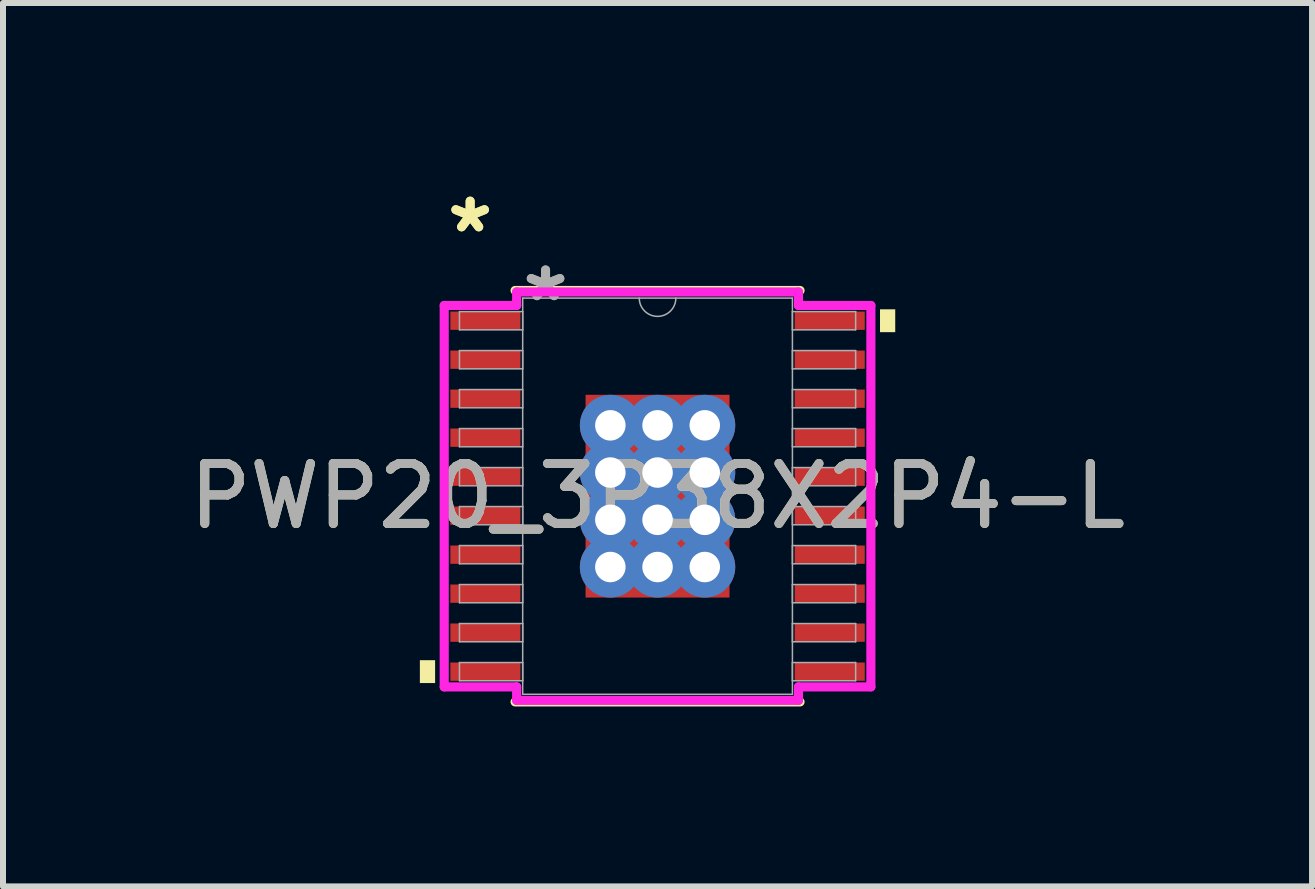
<source format=kicad_pcb>
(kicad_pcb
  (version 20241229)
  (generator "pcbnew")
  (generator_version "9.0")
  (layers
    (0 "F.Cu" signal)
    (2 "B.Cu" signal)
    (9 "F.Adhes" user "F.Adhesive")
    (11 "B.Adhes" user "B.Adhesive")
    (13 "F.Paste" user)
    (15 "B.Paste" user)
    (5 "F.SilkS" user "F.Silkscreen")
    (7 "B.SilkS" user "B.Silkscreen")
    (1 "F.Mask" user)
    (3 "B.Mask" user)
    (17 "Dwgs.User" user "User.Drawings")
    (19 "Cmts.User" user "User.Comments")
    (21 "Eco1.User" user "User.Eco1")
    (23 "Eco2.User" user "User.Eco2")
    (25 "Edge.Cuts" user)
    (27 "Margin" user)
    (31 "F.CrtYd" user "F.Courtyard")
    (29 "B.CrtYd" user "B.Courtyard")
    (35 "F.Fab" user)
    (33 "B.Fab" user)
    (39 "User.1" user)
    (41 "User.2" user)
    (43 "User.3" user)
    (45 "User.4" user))
  (footprint "PWP20_3P38X2P4-L"
    (layer "F.Cu")
    (at 7.911 5.221)
    (property "Reference" "PWP20_3P38X2P4-L" (at 0 0 0) (unlocked yes) (layer "F.SilkS") (effects (font (size 1 1) (thickness 0.15))))
    (attr smd)
    (fp_poly (pts (xy -1.264 -1.754) (xy -0.987 -1.754) (xy -0.987 1.754) (xy -1.264 1.754)) (stroke (width 0) (type solid)) (fill yes) (layer "F.Mask"))
    (fp_poly (pts (xy -1.264 -1.754) (xy 1.264 -1.754) (xy 1.264 -1.381) (xy -1.264 -1.381)) (stroke (width 0) (type solid)) (fill yes) (layer "F.Mask"))
    (fp_poly (pts (xy -1.264 -0.981) (xy 1.264 -0.981) (xy 1.264 -0.594) (xy -1.264 -0.594)) (stroke (width 0) (type solid)) (fill yes) (layer "F.Mask"))
    (fp_poly (pts (xy -1.264 -0.194) (xy 1.264 -0.194) (xy 1.264 0.194) (xy -1.264 0.194)) (stroke (width 0) (type solid)) (fill yes) (layer "F.Mask"))
    (fp_poly (pts (xy -1.264 0.594) (xy 1.264 0.594) (xy 1.264 0.981) (xy -1.264 0.981)) (stroke (width 0) (type solid)) (fill yes) (layer "F.Mask"))
    (fp_poly (pts (xy -1.264 1.381) (xy 1.264 1.381) (xy 1.264 1.754) (xy -1.264 1.754)) (stroke (width 0) (type solid)) (fill yes) (layer "F.Mask"))
    (fp_poly (pts (xy -0.2 -1.754) (xy -0.587 -1.754) (xy -0.587 1.754) (xy -0.2 1.754)) (stroke (width 0) (type solid)) (fill yes) (layer "F.Mask"))
    (fp_poly (pts (xy 0.587 -1.754) (xy 0.2 -1.754) (xy 0.2 1.754) (xy 0.587 1.754)) (stroke (width 0) (type solid)) (fill yes) (layer "F.Mask"))
    (fp_poly (pts (xy 0.987 -1.754) (xy 1.264 -1.754) (xy 1.264 1.754) (xy 0.987 1.754)) (stroke (width 0) (type solid)) (fill yes) (layer "F.Mask"))
    (fp_line (start -2.375 3.429) (end 2.375 3.429) (stroke (width 0.152) (type solid)) (layer "F.SilkS"))
    (fp_line (start 2.375 -3.429) (end -2.375 -3.429) (stroke (width 0.152) (type solid)) (layer "F.SilkS"))
    (fp_poly (pts (xy -3.962 2.734) (xy -3.962 3.115) (xy -3.708 3.115) (xy -3.708 2.734)) (stroke (width 0) (type solid)) (fill yes) (layer "F.SilkS"))
    (fp_poly (pts (xy 3.962 -3.115) (xy 3.962 -2.734) (xy 3.708 -2.734) (xy 3.708 -3.115)) (stroke (width 0) (type solid)) (fill yes) (layer "F.SilkS"))
    (fp_poly (pts (xy -1.125 -1.615) (xy -1.125 -1.281) (xy -1.029 -1.281) (xy -0.887 -1.423) (xy -0.887 -1.615)) (stroke (width 0) (type solid)) (fill yes) (layer "F.Paste"))
    (fp_poly (pts (xy -1.125 1.281) (xy -1.125 1.615) (xy -0.887 1.615) (xy -0.887 1.423) (xy -1.029 1.281)) (stroke (width 0) (type solid)) (fill yes) (layer "F.Paste"))
    (fp_poly (pts (xy 0.887 -1.615) (xy 0.887 -1.423) (xy 1.029 -1.281) (xy 1.125 -1.281) (xy 1.125 -1.615)) (stroke (width 0) (type solid)) (fill yes) (layer "F.Paste"))
    (fp_poly (pts (xy 1.029 1.281) (xy 0.887 1.423) (xy 0.887 1.615) (xy 1.125 1.615) (xy 1.125 1.281)) (stroke (width 0) (type solid)) (fill yes) (layer "F.Paste"))
    (fp_poly (pts (xy -1.125 -1.081) (xy -1.125 -0.494) (xy -1.029 -0.494) (xy -0.887 -0.635) (xy -0.887 -0.94) (xy -1.029 -1.081)) (stroke (width 0) (type solid)) (fill yes) (layer "F.Paste"))
    (fp_poly (pts (xy -1.125 -0.294) (xy -1.125 0.294) (xy -1.029 0.294) (xy -0.887 0.152) (xy -0.887 -0.152) (xy -1.029 -0.294)) (stroke (width 0) (type solid)) (fill yes) (layer "F.Paste"))
    (fp_poly (pts (xy -1.125 0.494) (xy -1.125 1.081) (xy -1.029 1.081) (xy -0.887 0.94) (xy -0.887 0.635) (xy -1.029 0.494)) (stroke (width 0) (type solid)) (fill yes) (layer "F.Paste"))
    (fp_poly (pts (xy -0.687 -1.615) (xy -0.687 -1.423) (xy -0.546 -1.281) (xy -0.241 -1.281) (xy -0.1 -1.423) (xy -0.1 -1.615)) (stroke (width 0) (type solid)) (fill yes) (layer "F.Paste"))
    (fp_poly (pts (xy -0.546 1.281) (xy -0.687 1.423) (xy -0.687 1.615) (xy -0.1 1.615) (xy -0.1 1.423) (xy -0.241 1.281)) (stroke (width 0) (type solid)) (fill yes) (layer "F.Paste"))
    (fp_poly (pts (xy 0.1 -1.615) (xy 0.1 -1.423) (xy 0.241 -1.281) (xy 0.546 -1.281) (xy 0.687 -1.423) (xy 0.687 -1.615)) (stroke (width 0) (type solid)) (fill yes) (layer "F.Paste"))
    (fp_poly (pts (xy 0.241 1.281) (xy 0.1 1.423) (xy 0.1 1.615) (xy 0.687 1.615) (xy 0.687 1.423) (xy 0.546 1.281)) (stroke (width 0) (type solid)) (fill yes) (layer "F.Paste"))
    (fp_poly (pts (xy 1.029 -1.081) (xy 0.887 -0.94) (xy 0.887 -0.635) (xy 1.029 -0.494) (xy 1.125 -0.494) (xy 1.125 -1.081)) (stroke (width 0) (type solid)) (fill yes) (layer "F.Paste"))
    (fp_poly (pts (xy 1.029 -0.294) (xy 0.887 -0.152) (xy 0.887 0.152) (xy 1.029 0.294) (xy 1.125 0.294) (xy 1.125 -0.294)) (stroke (width 0) (type solid)) (fill yes) (layer "F.Paste"))
    (fp_poly (pts (xy 1.029 0.494) (xy 0.887 0.635) (xy 0.887 0.94) (xy 1.029 1.081) (xy 1.125 1.081) (xy 1.125 0.494)) (stroke (width 0) (type solid)) (fill yes) (layer "F.Paste"))
    (fp_poly (pts (xy -0.546 -1.081) (xy -0.687 -0.94) (xy -0.687 -0.635) (xy -0.546 -0.494) (xy -0.241 -0.494) (xy -0.1 -0.635) (xy -0.1 -0.94) (xy -0.241 -1.081)) (stroke (width 0) (type solid)) (fill yes) (layer "F.Paste"))
    (fp_poly (pts (xy -0.546 -0.294) (xy -0.687 -0.152) (xy -0.687 0.152) (xy -0.546 0.294) (xy -0.241 0.294) (xy -0.1 0.152) (xy -0.1 -0.152) (xy -0.241 -0.294)) (stroke (width 0) (type solid)) (fill yes) (layer "F.Paste"))
    (fp_poly (pts (xy -0.546 0.494) (xy -0.687 0.635) (xy -0.687 0.94) (xy -0.546 1.081) (xy -0.241 1.081) (xy -0.1 0.94) (xy -0.1 0.635) (xy -0.241 0.494)) (stroke (width 0) (type solid)) (fill yes) (layer "F.Paste"))
    (fp_poly (pts (xy 0.241 -1.081) (xy 0.1 -0.94) (xy 0.1 -0.635) (xy 0.241 -0.494) (xy 0.546 -0.494) (xy 0.687 -0.635) (xy 0.687 -0.94) (xy 0.546 -1.081)) (stroke (width 0) (type solid)) (fill yes) (layer "F.Paste"))
    (fp_poly (pts (xy 0.241 -0.294) (xy 0.1 -0.152) (xy 0.1 0.152) (xy 0.241 0.294) (xy 0.546 0.294) (xy 0.687 0.152) (xy 0.687 -0.152) (xy 0.546 -0.294)) (stroke (width 0) (type solid)) (fill yes) (layer "F.Paste"))
    (fp_poly (pts (xy 0.241 0.494) (xy 0.1 0.635) (xy 0.1 0.94) (xy 0.241 1.081) (xy 0.546 1.081) (xy 0.687 0.94) (xy 0.687 0.635) (xy 0.546 0.494)) (stroke (width 0) (type solid)) (fill yes) (layer "F.Paste"))
    (fp_line (start -3.556 -3.179) (end -2.349 -3.179) (stroke (width 0.152) (type solid)) (layer "F.CrtYd"))
    (fp_line (start -3.556 3.179) (end -3.556 -3.179) (stroke (width 0.152) (type solid)) (layer "F.CrtYd"))
    (fp_line (start -3.556 3.179) (end -2.349 3.179) (stroke (width 0.152) (type solid)) (layer "F.CrtYd"))
    (fp_line (start -2.349 -3.404) (end 2.349 -3.404) (stroke (width 0.152) (type solid)) (layer "F.CrtYd"))
    (fp_line (start -2.349 -3.179) (end -2.349 -3.404) (stroke (width 0.152) (type solid)) (layer "F.CrtYd"))
    (fp_line (start -2.349 3.404) (end -2.349 3.179) (stroke (width 0.152) (type solid)) (layer "F.CrtYd"))
    (fp_line (start 2.349 -3.404) (end 2.349 -3.179) (stroke (width 0.152) (type solid)) (layer "F.CrtYd"))
    (fp_line (start 2.349 3.179) (end 2.349 3.404) (stroke (width 0.152) (type solid)) (layer "F.CrtYd"))
    (fp_line (start 2.349 3.404) (end -2.349 3.404) (stroke (width 0.152) (type solid)) (layer "F.CrtYd"))
    (fp_line (start 3.556 -3.179) (end 2.349 -3.179) (stroke (width 0.152) (type solid)) (layer "F.CrtYd"))
    (fp_line (start 3.556 -3.179) (end 3.556 3.179) (stroke (width 0.152) (type solid)) (layer "F.CrtYd"))
    (fp_line (start 3.556 3.179) (end 2.349 3.179) (stroke (width 0.152) (type solid)) (layer "F.CrtYd"))
    (fp_line (start -3.302 -3.077) (end -3.302 -2.773) (stroke (width 0.025) (type solid)) (layer "F.Fab"))
    (fp_line (start -3.302 -2.773) (end -2.248 -2.773) (stroke (width 0.025) (type solid)) (layer "F.Fab"))
    (fp_line (start -3.302 -2.427) (end -3.302 -2.123) (stroke (width 0.025) (type solid)) (layer "F.Fab"))
    (fp_line (start -3.302 -2.123) (end -2.248 -2.123) (stroke (width 0.025) (type solid)) (layer "F.Fab"))
    (fp_line (start -3.302 -1.777) (end -3.302 -1.473) (stroke (width 0.025) (type solid)) (layer "F.Fab"))
    (fp_line (start -3.302 -1.473) (end -2.248 -1.473) (stroke (width 0.025) (type solid)) (layer "F.Fab"))
    (fp_line (start -3.302 -1.127) (end -3.302 -0.823) (stroke (width 0.025) (type solid)) (layer "F.Fab"))
    (fp_line (start -3.302 -0.823) (end -2.248 -0.823) (stroke (width 0.025) (type solid)) (layer "F.Fab"))
    (fp_line (start -3.302 -0.477) (end -3.302 -0.173) (stroke (width 0.025) (type solid)) (layer "F.Fab"))
    (fp_line (start -3.302 -0.173) (end -2.248 -0.173) (stroke (width 0.025) (type solid)) (layer "F.Fab"))
    (fp_line (start -3.302 0.173) (end -3.302 0.477) (stroke (width 0.025) (type solid)) (layer "F.Fab"))
    (fp_line (start -3.302 0.477) (end -2.248 0.477) (stroke (width 0.025) (type solid)) (layer "F.Fab"))
    (fp_line (start -3.302 0.823) (end -3.302 1.127) (stroke (width 0.025) (type solid)) (layer "F.Fab"))
    (fp_line (start -3.302 1.127) (end -2.248 1.127) (stroke (width 0.025) (type solid)) (layer "F.Fab"))
    (fp_line (start -3.302 1.473) (end -3.302 1.777) (stroke (width 0.025) (type solid)) (layer "F.Fab"))
    (fp_line (start -3.302 1.777) (end -2.248 1.777) (stroke (width 0.025) (type solid)) (layer "F.Fab"))
    (fp_line (start -3.302 2.123) (end -3.302 2.427) (stroke (width 0.025) (type solid)) (layer "F.Fab"))
    (fp_line (start -3.302 2.427) (end -2.248 2.427) (stroke (width 0.025) (type solid)) (layer "F.Fab"))
    (fp_line (start -3.302 2.773) (end -3.302 3.077) (stroke (width 0.025) (type solid)) (layer "F.Fab"))
    (fp_line (start -3.302 3.077) (end -2.248 3.077) (stroke (width 0.025) (type solid)) (layer "F.Fab"))
    (fp_line (start -2.248 -3.302) (end -2.248 3.302) (stroke (width 0.025) (type solid)) (layer "F.Fab"))
    (fp_line (start -2.248 -3.077) (end -3.302 -3.077) (stroke (width 0.025) (type solid)) (layer "F.Fab"))
    (fp_line (start -2.248 -2.773) (end -2.248 -3.077) (stroke (width 0.025) (type solid)) (layer "F.Fab"))
    (fp_line (start -2.248 -2.427) (end -3.302 -2.427) (stroke (width 0.025) (type solid)) (layer "F.Fab"))
    (fp_line (start -2.248 -2.123) (end -2.248 -2.427) (stroke (width 0.025) (type solid)) (layer "F.Fab"))
    (fp_line (start -2.248 -1.777) (end -3.302 -1.777) (stroke (width 0.025) (type solid)) (layer "F.Fab"))
    (fp_line (start -2.248 -1.473) (end -2.248 -1.777) (stroke (width 0.025) (type solid)) (layer "F.Fab"))
    (fp_line (start -2.248 -1.127) (end -3.302 -1.127) (stroke (width 0.025) (type solid)) (layer "F.Fab"))
    (fp_line (start -2.248 -0.823) (end -2.248 -1.127) (stroke (width 0.025) (type solid)) (layer "F.Fab"))
    (fp_line (start -2.248 -0.477) (end -3.302 -0.477) (stroke (width 0.025) (type solid)) (layer "F.Fab"))
    (fp_line (start -2.248 -0.173) (end -2.248 -0.477) (stroke (width 0.025) (type solid)) (layer "F.Fab"))
    (fp_line (start -2.248 0.173) (end -3.302 0.173) (stroke (width 0.025) (type solid)) (layer "F.Fab"))
    (fp_line (start -2.248 0.477) (end -2.248 0.173) (stroke (width 0.025) (type solid)) (layer "F.Fab"))
    (fp_line (start -2.248 0.823) (end -3.302 0.823) (stroke (width 0.025) (type solid)) (layer "F.Fab"))
    (fp_line (start -2.248 1.127) (end -2.248 0.823) (stroke (width 0.025) (type solid)) (layer "F.Fab"))
    (fp_line (start -2.248 1.473) (end -3.302 1.473) (stroke (width 0.025) (type solid)) (layer "F.Fab"))
    (fp_line (start -2.248 1.777) (end -2.248 1.473) (stroke (width 0.025) (type solid)) (layer "F.Fab"))
    (fp_line (start -2.248 2.123) (end -3.302 2.123) (stroke (width 0.025) (type solid)) (layer "F.Fab"))
    (fp_line (start -2.248 2.427) (end -2.248 2.123) (stroke (width 0.025) (type solid)) (layer "F.Fab"))
    (fp_line (start -2.248 2.773) (end -3.302 2.773) (stroke (width 0.025) (type solid)) (layer "F.Fab"))
    (fp_line (start -2.248 3.077) (end -2.248 2.773) (stroke (width 0.025) (type solid)) (layer "F.Fab"))
    (fp_line (start -2.248 3.302) (end 2.248 3.302) (stroke (width 0.025) (type solid)) (layer "F.Fab"))
    (fp_line (start 2.248 -3.302) (end -2.248 -3.302) (stroke (width 0.025) (type solid)) (layer "F.Fab"))
    (fp_line (start 2.248 -3.077) (end 2.248 -2.773) (stroke (width 0.025) (type solid)) (layer "F.Fab"))
    (fp_line (start 2.248 -2.773) (end 3.302 -2.773) (stroke (width 0.025) (type solid)) (layer "F.Fab"))
    (fp_line (start 2.248 -2.427) (end 2.248 -2.123) (stroke (width 0.025) (type solid)) (layer "F.Fab"))
    (fp_line (start 2.248 -2.123) (end 3.302 -2.123) (stroke (width 0.025) (type solid)) (layer "F.Fab"))
    (fp_line (start 2.248 -1.777) (end 2.248 -1.473) (stroke (width 0.025) (type solid)) (layer "F.Fab"))
    (fp_line (start 2.248 -1.473) (end 3.302 -1.473) (stroke (width 0.025) (type solid)) (layer "F.Fab"))
    (fp_line (start 2.248 -1.127) (end 2.248 -0.823) (stroke (width 0.025) (type solid)) (layer "F.Fab"))
    (fp_line (start 2.248 -0.823) (end 3.302 -0.823) (stroke (width 0.025) (type solid)) (layer "F.Fab"))
    (fp_line (start 2.248 -0.477) (end 2.248 -0.173) (stroke (width 0.025) (type solid)) (layer "F.Fab"))
    (fp_line (start 2.248 -0.173) (end 3.302 -0.173) (stroke (width 0.025) (type solid)) (layer "F.Fab"))
    (fp_line (start 2.248 0.173) (end 2.248 0.477) (stroke (width 0.025) (type solid)) (layer "F.Fab"))
    (fp_line (start 2.248 0.477) (end 3.302 0.477) (stroke (width 0.025) (type solid)) (layer "F.Fab"))
    (fp_line (start 2.248 0.823) (end 2.248 1.127) (stroke (width 0.025) (type solid)) (layer "F.Fab"))
    (fp_line (start 2.248 1.127) (end 3.302 1.127) (stroke (width 0.025) (type solid)) (layer "F.Fab"))
    (fp_line (start 2.248 1.473) (end 2.248 1.777) (stroke (width 0.025) (type solid)) (layer "F.Fab"))
    (fp_line (start 2.248 1.777) (end 3.302 1.777) (stroke (width 0.025) (type solid)) (layer "F.Fab"))
    (fp_line (start 2.248 2.123) (end 2.248 2.427) (stroke (width 0.025) (type solid)) (layer "F.Fab"))
    (fp_line (start 2.248 2.427) (end 3.302 2.427) (stroke (width 0.025) (type solid)) (layer "F.Fab"))
    (fp_line (start 2.248 2.773) (end 2.248 3.077) (stroke (width 0.025) (type solid)) (layer "F.Fab"))
    (fp_line (start 2.248 3.077) (end 3.302 3.077) (stroke (width 0.025) (type solid)) (layer "F.Fab"))
    (fp_line (start 2.248 3.302) (end 2.248 -3.302) (stroke (width 0.025) (type solid)) (layer "F.Fab"))
    (fp_line (start 3.302 -3.077) (end 2.248 -3.077) (stroke (width 0.025) (type solid)) (layer "F.Fab"))
    (fp_line (start 3.302 -2.773) (end 3.302 -3.077) (stroke (width 0.025) (type solid)) (layer "F.Fab"))
    (fp_line (start 3.302 -2.427) (end 2.248 -2.427) (stroke (width 0.025) (type solid)) (layer "F.Fab"))
    (fp_line (start 3.302 -2.123) (end 3.302 -2.427) (stroke (width 0.025) (type solid)) (layer "F.Fab"))
    (fp_line (start 3.302 -1.777) (end 2.248 -1.777) (stroke (width 0.025) (type solid)) (layer "F.Fab"))
    (fp_line (start 3.302 -1.473) (end 3.302 -1.777) (stroke (width 0.025) (type solid)) (layer "F.Fab"))
    (fp_line (start 3.302 -1.127) (end 2.248 -1.127) (stroke (width 0.025) (type solid)) (layer "F.Fab"))
    (fp_line (start 3.302 -0.823) (end 3.302 -1.127) (stroke (width 0.025) (type solid)) (layer "F.Fab"))
    (fp_line (start 3.302 -0.477) (end 2.248 -0.477) (stroke (width 0.025) (type solid)) (layer "F.Fab"))
    (fp_line (start 3.302 -0.173) (end 3.302 -0.477) (stroke (width 0.025) (type solid)) (layer "F.Fab"))
    (fp_line (start 3.302 0.173) (end 2.248 0.173) (stroke (width 0.025) (type solid)) (layer "F.Fab"))
    (fp_line (start 3.302 0.477) (end 3.302 0.173) (stroke (width 0.025) (type solid)) (layer "F.Fab"))
    (fp_line (start 3.302 0.823) (end 2.248 0.823) (stroke (width 0.025) (type solid)) (layer "F.Fab"))
    (fp_line (start 3.302 1.127) (end 3.302 0.823) (stroke (width 0.025) (type solid)) (layer "F.Fab"))
    (fp_line (start 3.302 1.473) (end 2.248 1.473) (stroke (width 0.025) (type solid)) (layer "F.Fab"))
    (fp_line (start 3.302 1.777) (end 3.302 1.473) (stroke (width 0.025) (type solid)) (layer "F.Fab"))
    (fp_line (start 3.302 2.123) (end 2.248 2.123) (stroke (width 0.025) (type solid)) (layer "F.Fab"))
    (fp_line (start 3.302 2.427) (end 3.302 2.123) (stroke (width 0.025) (type solid)) (layer "F.Fab"))
    (fp_line (start 3.302 2.773) (end 2.248 2.773) (stroke (width 0.025) (type solid)) (layer "F.Fab"))
    (fp_line (start 3.302 3.077) (end 3.302 2.773) (stroke (width 0.025) (type solid)) (layer "F.Fab"))
    (fp_arc (start 0.3048 -3.302) (mid 0 -2.9972) (end -0.3048 -3.302) (stroke (width 0.0254) (type solid)) (layer "F.Fab"))
    (fp_text user "*" (at -3.124 -4.373 0) (layer "F.SilkS") (effects (font (size 1 1) (thickness 0.15))))
    (fp_text user "*" (at -3.124 -4.373 0) (unlocked yes) (layer "F.SilkS") (effects (font (size 1 1) (thickness 0.15))))
    (fp_text user "*" (at -1.867 -3.226 0) (unlocked yes) (layer "F.Fab") (effects (font (size 1 1) (thickness 0.15))))
    (fp_text user "${REFERENCE}" (at 0 0 0) (unlocked yes) (layer "F.Fab") (effects (font (size 1 1) (thickness 0.15))))
    (fp_text user "*" (at -1.867 -3.226 0) (layer "F.Fab") (effects (font (size 1 1) (thickness 0.15))))
    (pad "1" smd rect (at -2.87 -2.925) (size 1.168 0.305) (layers "F.Cu" "F.Mask" "F.Paste"))
    (pad "2" smd rect (at -2.87 -2.275) (size 1.168 0.305) (layers "F.Cu" "F.Mask" "F.Paste"))
    (pad "3" smd rect (at -2.87 -1.625) (size 1.168 0.305) (layers "F.Cu" "F.Mask" "F.Paste"))
    (pad "4" smd rect (at -2.87 -0.975) (size 1.168 0.305) (layers "F.Cu" "F.Mask" "F.Paste"))
    (pad "5" smd rect (at -2.87 -0.325) (size 1.168 0.305) (layers "F.Cu" "F.Mask" "F.Paste"))
    (pad "6" smd rect (at -2.87 0.325) (size 1.168 0.305) (layers "F.Cu" "F.Mask" "F.Paste"))
    (pad "7" smd rect (at -2.87 0.975) (size 1.168 0.305) (layers "F.Cu" "F.Mask" "F.Paste"))
    (pad "8" smd rect (at -2.87 1.625) (size 1.168 0.305) (layers "F.Cu" "F.Mask" "F.Paste"))
    (pad "9" smd rect (at -2.87 2.275) (size 1.168 0.305) (layers "F.Cu" "F.Mask" "F.Paste"))
    (pad "10" smd rect (at -2.87 2.925) (size 1.168 0.305) (layers "F.Cu" "F.Mask" "F.Paste"))
    (pad "11" smd rect (at 2.87 2.925) (size 1.168 0.305) (layers "F.Cu" "F.Mask" "F.Paste"))
    (pad "12" smd rect (at 2.87 2.275) (size 1.168 0.305) (layers "F.Cu" "F.Mask" "F.Paste"))
    (pad "13" smd rect (at 2.87 1.625) (size 1.168 0.305) (layers "F.Cu" "F.Mask" "F.Paste"))
    (pad "14" smd rect (at 2.87 0.975) (size 1.168 0.305) (layers "F.Cu" "F.Mask" "F.Paste"))
    (pad "15" smd rect (at 2.87 0.325) (size 1.168 0.305) (layers "F.Cu" "F.Mask" "F.Paste"))
    (pad "16" smd rect (at 2.87 -0.325) (size 1.168 0.305) (layers "F.Cu" "F.Mask" "F.Paste"))
    (pad "17" smd rect (at 2.87 -0.975) (size 1.168 0.305) (layers "F.Cu" "F.Mask" "F.Paste"))
    (pad "18" smd rect (at 2.87 -1.625) (size 1.168 0.305) (layers "F.Cu" "F.Mask" "F.Paste"))
    (pad "19" smd rect (at 2.87 -2.275) (size 1.168 0.305) (layers "F.Cu" "F.Mask" "F.Paste"))
    (pad "20" smd rect (at 2.87 -2.925) (size 1.168 0.305) (layers "F.Cu" "F.Mask" "F.Paste"))
    (pad "EPAD" smd rect (at 0 0) (size 2.4 3.38) (layers "F.Cu"))
    (pad "V" thru_hole circle (at -0.787 -1.181) (size 1.016 1.016) (drill 0.508) (layers "*.Cu" "*.Mask"))
    (pad "V" thru_hole circle (at -0.787 -0.394) (size 1.016 1.016) (drill 0.508) (layers "*.Cu" "*.Mask"))
    (pad "V" thru_hole circle (at -0.787 0.394) (size 1.016 1.016) (drill 0.508) (layers "*.Cu" "*.Mask"))
    (pad "V" thru_hole circle (at -0.787 1.181) (size 1.016 1.016) (drill 0.508) (layers "*.Cu" "*.Mask"))
    (pad "V" thru_hole circle (at 0 -1.181) (size 1.016 1.016) (drill 0.508) (layers "*.Cu" "*.Mask"))
    (pad "V" thru_hole circle (at 0 -0.394) (size 1.016 1.016) (drill 0.508) (layers "*.Cu" "*.Mask"))
    (pad "V" thru_hole circle (at 0 0.394) (size 1.016 1.016) (drill 0.508) (layers "*.Cu" "*.Mask"))
    (pad "V" thru_hole circle (at 0 1.181) (size 1.016 1.016) (drill 0.508) (layers "*.Cu" "*.Mask"))
    (pad "V" thru_hole circle (at 0.787 -1.181) (size 1.016 1.016) (drill 0.508) (layers "*.Cu" "*.Mask"))
    (pad "V" thru_hole circle (at 0.787 -0.394) (size 1.016 1.016) (drill 0.508) (layers "*.Cu" "*.Mask"))
    (pad "V" thru_hole circle (at 0.787 0.394) (size 1.016 1.016) (drill 0.508) (layers "*.Cu" "*.Mask"))
    (pad "V" thru_hole circle (at 0.787 1.181) (size 1.016 1.016) (drill 0.508) (layers "*.Cu" "*.Mask")))
  (gr_rect
    (start -3 -3)
    (end 18.821 11.726)
    (stroke (width 0.1) (type default))
    (fill no)
    (layer "Edge.Cuts")))
</source>
